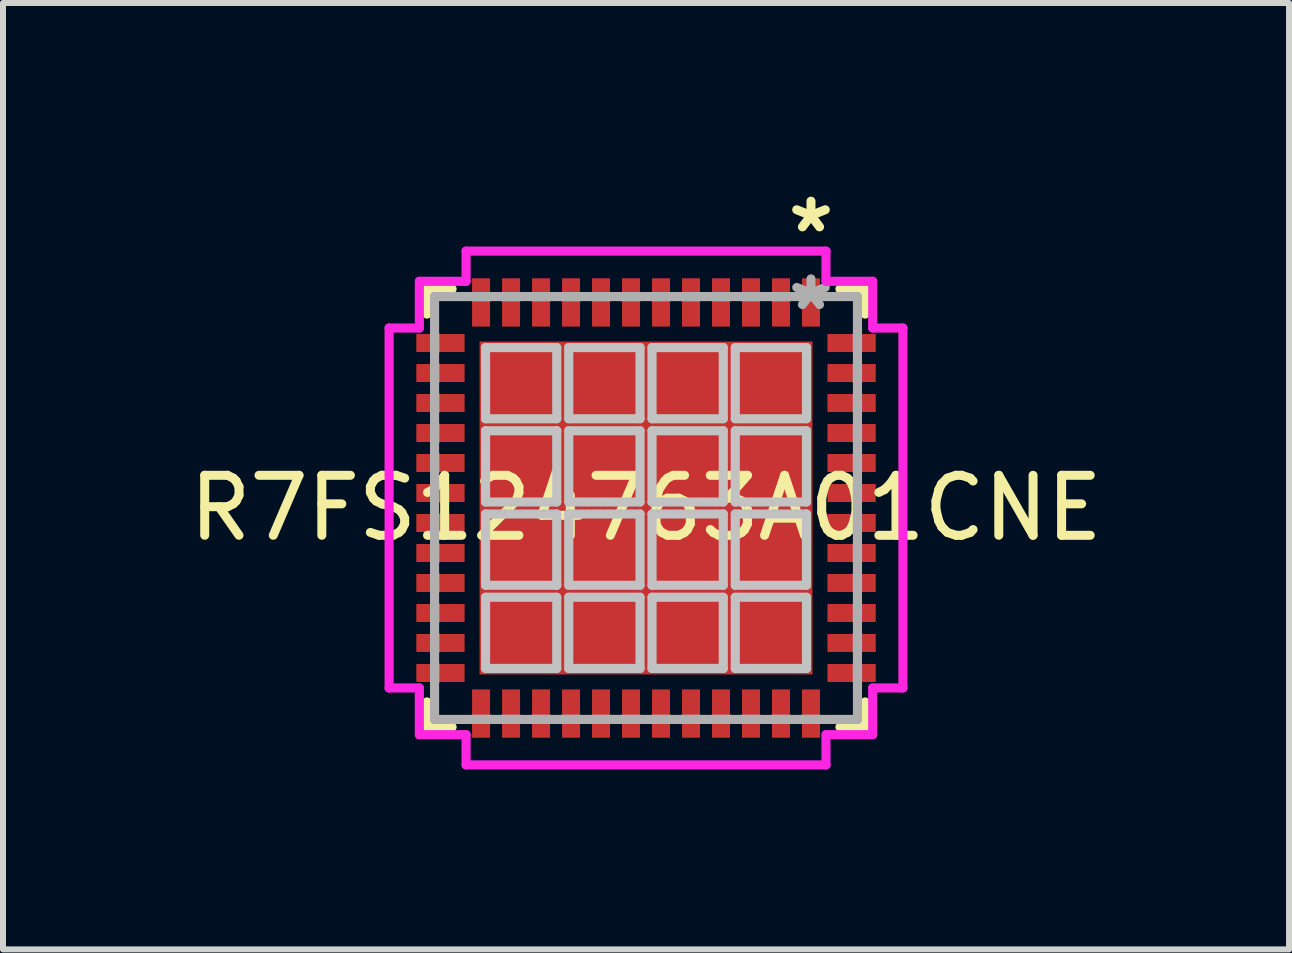
<source format=kicad_pcb>
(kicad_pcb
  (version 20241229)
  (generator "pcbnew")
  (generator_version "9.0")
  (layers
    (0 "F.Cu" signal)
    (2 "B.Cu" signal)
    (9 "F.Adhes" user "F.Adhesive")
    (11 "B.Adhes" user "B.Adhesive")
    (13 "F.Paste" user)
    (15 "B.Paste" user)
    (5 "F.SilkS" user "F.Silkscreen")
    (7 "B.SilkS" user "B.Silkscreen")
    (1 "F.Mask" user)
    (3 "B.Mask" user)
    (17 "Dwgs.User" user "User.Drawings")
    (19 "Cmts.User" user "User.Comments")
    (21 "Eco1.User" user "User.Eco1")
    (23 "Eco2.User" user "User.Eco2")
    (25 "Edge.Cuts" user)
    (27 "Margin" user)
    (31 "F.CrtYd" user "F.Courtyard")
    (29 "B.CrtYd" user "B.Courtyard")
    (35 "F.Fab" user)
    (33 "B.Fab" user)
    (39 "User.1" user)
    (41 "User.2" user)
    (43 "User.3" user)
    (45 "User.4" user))
  (footprint "R7FS124763A01CNE"
    (layer "F.Cu")
    (at 7.72 5.419)
    (property "Reference" "R7FS124763A01CNE" (at 0 0 0) (layer "F.SilkS") (effects (font (size 1 1) (thickness 0.15))))
    (attr through_hole)
    (fp_line (start -3.652 -3.652) (end -3.652 -3.233) (stroke (width 0.152) (type solid)) (layer "F.SilkS"))
    (fp_line (start -3.652 3.233) (end -3.652 3.652) (stroke (width 0.152) (type solid)) (layer "F.SilkS"))
    (fp_line (start -3.652 3.652) (end -3.233 3.652) (stroke (width 0.152) (type solid)) (layer "F.SilkS"))
    (fp_line (start -3.233 -3.652) (end -3.652 -3.652) (stroke (width 0.152) (type solid)) (layer "F.SilkS"))
    (fp_line (start 3.233 3.652) (end 3.652 3.652) (stroke (width 0.152) (type solid)) (layer "F.SilkS"))
    (fp_line (start 3.652 -3.652) (end 3.233 -3.652) (stroke (width 0.152) (type solid)) (layer "F.SilkS"))
    (fp_line (start 3.652 -3.233) (end 3.652 -3.652) (stroke (width 0.152) (type solid)) (layer "F.SilkS"))
    (fp_line (start 3.652 3.652) (end 3.652 3.233) (stroke (width 0.152) (type solid)) (layer "F.SilkS"))
    (fp_line (start -2.675 -2.675) (end -2.675 -1.488) (stroke (width 0.152) (type solid)) (layer "Dwgs.User"))
    (fp_line (start -2.675 -1.488) (end -1.488 -1.488) (stroke (width 0.152) (type solid)) (layer "Dwgs.User"))
    (fp_line (start -2.675 -1.288) (end -2.675 -0.1) (stroke (width 0.152) (type solid)) (layer "Dwgs.User"))
    (fp_line (start -2.675 -0.1) (end -1.488 -0.1) (stroke (width 0.152) (type solid)) (layer "Dwgs.User"))
    (fp_line (start -2.675 0.1) (end -2.675 1.288) (stroke (width 0.152) (type solid)) (layer "Dwgs.User"))
    (fp_line (start -2.675 1.288) (end -1.488 1.288) (stroke (width 0.152) (type solid)) (layer "Dwgs.User"))
    (fp_line (start -2.675 1.488) (end -2.675 2.675) (stroke (width 0.152) (type solid)) (layer "Dwgs.User"))
    (fp_line (start -2.675 2.675) (end -1.488 2.675) (stroke (width 0.152) (type solid)) (layer "Dwgs.User"))
    (fp_line (start -1.488 -2.675) (end -2.675 -2.675) (stroke (width 0.152) (type solid)) (layer "Dwgs.User"))
    (fp_line (start -1.488 -1.488) (end -1.488 -2.675) (stroke (width 0.152) (type solid)) (layer "Dwgs.User"))
    (fp_line (start -1.488 -1.288) (end -2.675 -1.288) (stroke (width 0.152) (type solid)) (layer "Dwgs.User"))
    (fp_line (start -1.488 -0.1) (end -1.488 -1.288) (stroke (width 0.152) (type solid)) (layer "Dwgs.User"))
    (fp_line (start -1.488 0.1) (end -2.675 0.1) (stroke (width 0.152) (type solid)) (layer "Dwgs.User"))
    (fp_line (start -1.488 1.288) (end -1.488 0.1) (stroke (width 0.152) (type solid)) (layer "Dwgs.User"))
    (fp_line (start -1.488 1.488) (end -2.675 1.488) (stroke (width 0.152) (type solid)) (layer "Dwgs.User"))
    (fp_line (start -1.488 2.675) (end -1.488 1.488) (stroke (width 0.152) (type solid)) (layer "Dwgs.User"))
    (fp_line (start -1.288 -2.675) (end -1.288 -1.488) (stroke (width 0.152) (type solid)) (layer "Dwgs.User"))
    (fp_line (start -1.288 -1.488) (end -0.1 -1.488) (stroke (width 0.152) (type solid)) (layer "Dwgs.User"))
    (fp_line (start -1.288 -1.288) (end -1.288 -0.1) (stroke (width 0.152) (type solid)) (layer "Dwgs.User"))
    (fp_line (start -1.288 -0.1) (end -0.1 -0.1) (stroke (width 0.152) (type solid)) (layer "Dwgs.User"))
    (fp_line (start -1.288 0.1) (end -1.288 1.288) (stroke (width 0.152) (type solid)) (layer "Dwgs.User"))
    (fp_line (start -1.288 1.288) (end -0.1 1.288) (stroke (width 0.152) (type solid)) (layer "Dwgs.User"))
    (fp_line (start -1.288 1.488) (end -1.288 2.675) (stroke (width 0.152) (type solid)) (layer "Dwgs.User"))
    (fp_line (start -1.288 2.675) (end -0.1 2.675) (stroke (width 0.152) (type solid)) (layer "Dwgs.User"))
    (fp_line (start -0.1 -2.675) (end -1.288 -2.675) (stroke (width 0.152) (type solid)) (layer "Dwgs.User"))
    (fp_line (start -0.1 -1.488) (end -0.1 -2.675) (stroke (width 0.152) (type solid)) (layer "Dwgs.User"))
    (fp_line (start -0.1 -1.288) (end -1.288 -1.288) (stroke (width 0.152) (type solid)) (layer "Dwgs.User"))
    (fp_line (start -0.1 -0.1) (end -0.1 -1.288) (stroke (width 0.152) (type solid)) (layer "Dwgs.User"))
    (fp_line (start -0.1 0.1) (end -1.288 0.1) (stroke (width 0.152) (type solid)) (layer "Dwgs.User"))
    (fp_line (start -0.1 1.288) (end -0.1 0.1) (stroke (width 0.152) (type solid)) (layer "Dwgs.User"))
    (fp_line (start -0.1 1.488) (end -1.288 1.488) (stroke (width 0.152) (type solid)) (layer "Dwgs.User"))
    (fp_line (start -0.1 2.675) (end -0.1 1.488) (stroke (width 0.152) (type solid)) (layer "Dwgs.User"))
    (fp_line (start 0.1 -2.675) (end 0.1 -1.488) (stroke (width 0.152) (type solid)) (layer "Dwgs.User"))
    (fp_line (start 0.1 -1.488) (end 1.288 -1.488) (stroke (width 0.152) (type solid)) (layer "Dwgs.User"))
    (fp_line (start 0.1 -1.288) (end 0.1 -0.1) (stroke (width 0.152) (type solid)) (layer "Dwgs.User"))
    (fp_line (start 0.1 -0.1) (end 1.288 -0.1) (stroke (width 0.152) (type solid)) (layer "Dwgs.User"))
    (fp_line (start 0.1 0.1) (end 0.1 1.288) (stroke (width 0.152) (type solid)) (layer "Dwgs.User"))
    (fp_line (start 0.1 1.288) (end 1.288 1.288) (stroke (width 0.152) (type solid)) (layer "Dwgs.User"))
    (fp_line (start 0.1 1.488) (end 0.1 2.675) (stroke (width 0.152) (type solid)) (layer "Dwgs.User"))
    (fp_line (start 0.1 2.675) (end 1.288 2.675) (stroke (width 0.152) (type solid)) (layer "Dwgs.User"))
    (fp_line (start 1.288 -2.675) (end 0.1 -2.675) (stroke (width 0.152) (type solid)) (layer "Dwgs.User"))
    (fp_line (start 1.288 -1.488) (end 1.288 -2.675) (stroke (width 0.152) (type solid)) (layer "Dwgs.User"))
    (fp_line (start 1.288 -1.288) (end 0.1 -1.288) (stroke (width 0.152) (type solid)) (layer "Dwgs.User"))
    (fp_line (start 1.288 -0.1) (end 1.288 -1.288) (stroke (width 0.152) (type solid)) (layer "Dwgs.User"))
    (fp_line (start 1.288 0.1) (end 0.1 0.1) (stroke (width 0.152) (type solid)) (layer "Dwgs.User"))
    (fp_line (start 1.288 1.288) (end 1.288 0.1) (stroke (width 0.152) (type solid)) (layer "Dwgs.User"))
    (fp_line (start 1.288 1.488) (end 0.1 1.488) (stroke (width 0.152) (type solid)) (layer "Dwgs.User"))
    (fp_line (start 1.288 2.675) (end 1.288 1.488) (stroke (width 0.152) (type solid)) (layer "Dwgs.User"))
    (fp_line (start 1.488 -2.675) (end 1.488 -1.488) (stroke (width 0.152) (type solid)) (layer "Dwgs.User"))
    (fp_line (start 1.488 -1.488) (end 2.675 -1.488) (stroke (width 0.152) (type solid)) (layer "Dwgs.User"))
    (fp_line (start 1.488 -1.288) (end 1.488 -0.1) (stroke (width 0.152) (type solid)) (layer "Dwgs.User"))
    (fp_line (start 1.488 -0.1) (end 2.675 -0.1) (stroke (width 0.152) (type solid)) (layer "Dwgs.User"))
    (fp_line (start 1.488 0.1) (end 1.488 1.288) (stroke (width 0.152) (type solid)) (layer "Dwgs.User"))
    (fp_line (start 1.488 1.288) (end 2.675 1.288) (stroke (width 0.152) (type solid)) (layer "Dwgs.User"))
    (fp_line (start 1.488 1.488) (end 1.488 2.675) (stroke (width 0.152) (type solid)) (layer "Dwgs.User"))
    (fp_line (start 1.488 2.675) (end 2.675 2.675) (stroke (width 0.152) (type solid)) (layer "Dwgs.User"))
    (fp_line (start 2.675 -2.675) (end 1.488 -2.675) (stroke (width 0.152) (type solid)) (layer "Dwgs.User"))
    (fp_line (start 2.675 -1.488) (end 2.675 -2.675) (stroke (width 0.152) (type solid)) (layer "Dwgs.User"))
    (fp_line (start 2.675 -1.288) (end 1.488 -1.288) (stroke (width 0.152) (type solid)) (layer "Dwgs.User"))
    (fp_line (start 2.675 -0.1) (end 2.675 -1.288) (stroke (width 0.152) (type solid)) (layer "Dwgs.User"))
    (fp_line (start 2.675 0.1) (end 1.488 0.1) (stroke (width 0.152) (type solid)) (layer "Dwgs.User"))
    (fp_line (start 2.675 1.288) (end 2.675 0.1) (stroke (width 0.152) (type solid)) (layer "Dwgs.User"))
    (fp_line (start 2.675 1.488) (end 1.488 1.488) (stroke (width 0.152) (type solid)) (layer "Dwgs.User"))
    (fp_line (start 2.675 2.675) (end 2.675 1.488) (stroke (width 0.152) (type solid)) (layer "Dwgs.User"))
    (fp_line (start -4.283 -3) (end -3.779 -3) (stroke (width 0.152) (type solid)) (layer "F.CrtYd"))
    (fp_line (start -4.283 3) (end -4.283 -3) (stroke (width 0.152) (type solid)) (layer "F.CrtYd"))
    (fp_line (start -3.779 -3.779) (end -3 -3.779) (stroke (width 0.152) (type solid)) (layer "F.CrtYd"))
    (fp_line (start -3.779 -3) (end -3.779 -3.779) (stroke (width 0.152) (type solid)) (layer "F.CrtYd"))
    (fp_line (start -3.779 3) (end -4.283 3) (stroke (width 0.152) (type solid)) (layer "F.CrtYd"))
    (fp_line (start -3.779 3.779) (end -3.779 3) (stroke (width 0.152) (type solid)) (layer "F.CrtYd"))
    (fp_line (start -3 -4.283) (end 3 -4.283) (stroke (width 0.152) (type solid)) (layer "F.CrtYd"))
    (fp_line (start -3 -3.779) (end -3 -4.283) (stroke (width 0.152) (type solid)) (layer "F.CrtYd"))
    (fp_line (start -3 3.779) (end -3.779 3.779) (stroke (width 0.152) (type solid)) (layer "F.CrtYd"))
    (fp_line (start -3 4.283) (end -3 3.779) (stroke (width 0.152) (type solid)) (layer "F.CrtYd"))
    (fp_line (start 3 -4.283) (end 3 -3.779) (stroke (width 0.152) (type solid)) (layer "F.CrtYd"))
    (fp_line (start 3 -3.779) (end 3.779 -3.779) (stroke (width 0.152) (type solid)) (layer "F.CrtYd"))
    (fp_line (start 3 3.779) (end 3 4.283) (stroke (width 0.152) (type solid)) (layer "F.CrtYd"))
    (fp_line (start 3 4.283) (end -3 4.283) (stroke (width 0.152) (type solid)) (layer "F.CrtYd"))
    (fp_line (start 3.779 -3.779) (end 3.779 -3) (stroke (width 0.152) (type solid)) (layer "F.CrtYd"))
    (fp_line (start 3.779 -3) (end 4.283 -3) (stroke (width 0.152) (type solid)) (layer "F.CrtYd"))
    (fp_line (start 3.779 3) (end 3.779 3.779) (stroke (width 0.152) (type solid)) (layer "F.CrtYd"))
    (fp_line (start 3.779 3.779) (end 3 3.779) (stroke (width 0.152) (type solid)) (layer "F.CrtYd"))
    (fp_line (start 4.283 -3) (end 4.283 3) (stroke (width 0.152) (type solid)) (layer "F.CrtYd"))
    (fp_line (start 4.283 3) (end 3.779 3) (stroke (width 0.152) (type solid)) (layer "F.CrtYd"))
    (fp_line (start -3.525 -3.525) (end -3.525 3.525) (stroke (width 0.152) (type solid)) (layer "F.Fab"))
    (fp_line (start -3.525 -2.9) (end -3.525 -2.9) (stroke (width 0.152) (type solid)) (layer "F.Fab"))
    (fp_line (start -3.525 -2.9) (end -3.525 -2.6) (stroke (width 0.152) (type solid)) (layer "F.Fab"))
    (fp_line (start -3.525 -2.6) (end -3.525 -2.9) (stroke (width 0.152) (type solid)) (layer "F.Fab"))
    (fp_line (start -3.525 -2.6) (end -3.525 -2.6) (stroke (width 0.152) (type solid)) (layer "F.Fab"))
    (fp_line (start -3.525 -2.4) (end -3.525 -2.4) (stroke (width 0.152) (type solid)) (layer "F.Fab"))
    (fp_line (start -3.525 -2.4) (end -3.525 -2.1) (stroke (width 0.152) (type solid)) (layer "F.Fab"))
    (fp_line (start -3.525 -2.1) (end -3.525 -2.4) (stroke (width 0.152) (type solid)) (layer "F.Fab"))
    (fp_line (start -3.525 -2.1) (end -3.525 -2.1) (stroke (width 0.152) (type solid)) (layer "F.Fab"))
    (fp_line (start -3.525 -1.9) (end -3.525 -1.9) (stroke (width 0.152) (type solid)) (layer "F.Fab"))
    (fp_line (start -3.525 -1.9) (end -3.525 -1.6) (stroke (width 0.152) (type solid)) (layer "F.Fab"))
    (fp_line (start -3.525 -1.6) (end -3.525 -1.9) (stroke (width 0.152) (type solid)) (layer "F.Fab"))
    (fp_line (start -3.525 -1.6) (end -3.525 -1.6) (stroke (width 0.152) (type solid)) (layer "F.Fab"))
    (fp_line (start -3.525 -1.4) (end -3.525 -1.4) (stroke (width 0.152) (type solid)) (layer "F.Fab"))
    (fp_line (start -3.525 -1.4) (end -3.525 -1.1) (stroke (width 0.152) (type solid)) (layer "F.Fab"))
    (fp_line (start -3.525 -1.1) (end -3.525 -1.4) (stroke (width 0.152) (type solid)) (layer "F.Fab"))
    (fp_line (start -3.525 -1.1) (end -3.525 -1.1) (stroke (width 0.152) (type solid)) (layer "F.Fab"))
    (fp_line (start -3.525 -0.9) (end -3.525 -0.9) (stroke (width 0.152) (type solid)) (layer "F.Fab"))
    (fp_line (start -3.525 -0.9) (end -3.525 -0.6) (stroke (width 0.152) (type solid)) (layer "F.Fab"))
    (fp_line (start -3.525 -0.6) (end -3.525 -0.9) (stroke (width 0.152) (type solid)) (layer "F.Fab"))
    (fp_line (start -3.525 -0.6) (end -3.525 -0.6) (stroke (width 0.152) (type solid)) (layer "F.Fab"))
    (fp_line (start -3.525 -0.4) (end -3.525 -0.4) (stroke (width 0.152) (type solid)) (layer "F.Fab"))
    (fp_line (start -3.525 -0.4) (end -3.525 -0.1) (stroke (width 0.152) (type solid)) (layer "F.Fab"))
    (fp_line (start -3.525 -0.1) (end -3.525 -0.4) (stroke (width 0.152) (type solid)) (layer "F.Fab"))
    (fp_line (start -3.525 -0.1) (end -3.525 -0.1) (stroke (width 0.152) (type solid)) (layer "F.Fab"))
    (fp_line (start -3.525 0.1) (end -3.525 0.1) (stroke (width 0.152) (type solid)) (layer "F.Fab"))
    (fp_line (start -3.525 0.1) (end -3.525 0.4) (stroke (width 0.152) (type solid)) (layer "F.Fab"))
    (fp_line (start -3.525 0.4) (end -3.525 0.1) (stroke (width 0.152) (type solid)) (layer "F.Fab"))
    (fp_line (start -3.525 0.4) (end -3.525 0.4) (stroke (width 0.152) (type solid)) (layer "F.Fab"))
    (fp_line (start -3.525 0.6) (end -3.525 0.6) (stroke (width 0.152) (type solid)) (layer "F.Fab"))
    (fp_line (start -3.525 0.6) (end -3.525 0.9) (stroke (width 0.152) (type solid)) (layer "F.Fab"))
    (fp_line (start -3.525 0.9) (end -3.525 0.6) (stroke (width 0.152) (type solid)) (layer "F.Fab"))
    (fp_line (start -3.525 0.9) (end -3.525 0.9) (stroke (width 0.152) (type solid)) (layer "F.Fab"))
    (fp_line (start -3.525 1.1) (end -3.525 1.1) (stroke (width 0.152) (type solid)) (layer "F.Fab"))
    (fp_line (start -3.525 1.1) (end -3.525 1.4) (stroke (width 0.152) (type solid)) (layer "F.Fab"))
    (fp_line (start -3.525 1.4) (end -3.525 1.1) (stroke (width 0.152) (type solid)) (layer "F.Fab"))
    (fp_line (start -3.525 1.4) (end -3.525 1.4) (stroke (width 0.152) (type solid)) (layer "F.Fab"))
    (fp_line (start -3.525 1.6) (end -3.525 1.6) (stroke (width 0.152) (type solid)) (layer "F.Fab"))
    (fp_line (start -3.525 1.6) (end -3.525 1.9) (stroke (width 0.152) (type solid)) (layer "F.Fab"))
    (fp_line (start -3.525 1.9) (end -3.525 1.6) (stroke (width 0.152) (type solid)) (layer "F.Fab"))
    (fp_line (start -3.525 1.9) (end -3.525 1.9) (stroke (width 0.152) (type solid)) (layer "F.Fab"))
    (fp_line (start -3.525 2.1) (end -3.525 2.1) (stroke (width 0.152) (type solid)) (layer "F.Fab"))
    (fp_line (start -3.525 2.1) (end -3.525 2.4) (stroke (width 0.152) (type solid)) (layer "F.Fab"))
    (fp_line (start -3.525 2.4) (end -3.525 2.1) (stroke (width 0.152) (type solid)) (layer "F.Fab"))
    (fp_line (start -3.525 2.4) (end -3.525 2.4) (stroke (width 0.152) (type solid)) (layer "F.Fab"))
    (fp_line (start -3.525 2.6) (end -3.525 2.6) (stroke (width 0.152) (type solid)) (layer "F.Fab"))
    (fp_line (start -3.525 2.6) (end -3.525 2.9) (stroke (width 0.152) (type solid)) (layer "F.Fab"))
    (fp_line (start -3.525 2.9) (end -3.525 2.6) (stroke (width 0.152) (type solid)) (layer "F.Fab"))
    (fp_line (start -3.525 2.9) (end -3.525 2.9) (stroke (width 0.152) (type solid)) (layer "F.Fab"))
    (fp_line (start -3.525 3.525) (end 3.525 3.525) (stroke (width 0.152) (type solid)) (layer "F.Fab"))
    (fp_line (start -2.9 -3.525) (end -2.9 -3.525) (stroke (width 0.152) (type solid)) (layer "F.Fab"))
    (fp_line (start -2.9 -3.525) (end -2.6 -3.525) (stroke (width 0.152) (type solid)) (layer "F.Fab"))
    (fp_line (start -2.9 3.525) (end -2.9 3.525) (stroke (width 0.152) (type solid)) (layer "F.Fab"))
    (fp_line (start -2.9 3.525) (end -2.6 3.525) (stroke (width 0.152) (type solid)) (layer "F.Fab"))
    (fp_line (start -2.6 -3.525) (end -2.9 -3.525) (stroke (width 0.152) (type solid)) (layer "F.Fab"))
    (fp_line (start -2.6 -3.525) (end -2.6 -3.525) (stroke (width 0.152) (type solid)) (layer "F.Fab"))
    (fp_line (start -2.6 3.525) (end -2.9 3.525) (stroke (width 0.152) (type solid)) (layer "F.Fab"))
    (fp_line (start -2.6 3.525) (end -2.6 3.525) (stroke (width 0.152) (type solid)) (layer "F.Fab"))
    (fp_line (start -2.4 -3.525) (end -2.4 -3.525) (stroke (width 0.152) (type solid)) (layer "F.Fab"))
    (fp_line (start -2.4 -3.525) (end -2.1 -3.525) (stroke (width 0.152) (type solid)) (layer "F.Fab"))
    (fp_line (start -2.4 3.525) (end -2.4 3.525) (stroke (width 0.152) (type solid)) (layer "F.Fab"))
    (fp_line (start -2.4 3.525) (end -2.1 3.525) (stroke (width 0.152) (type solid)) (layer "F.Fab"))
    (fp_line (start -2.1 -3.525) (end -2.4 -3.525) (stroke (width 0.152) (type solid)) (layer "F.Fab"))
    (fp_line (start -2.1 -3.525) (end -2.1 -3.525) (stroke (width 0.152) (type solid)) (layer "F.Fab"))
    (fp_line (start -2.1 3.525) (end -2.4 3.525) (stroke (width 0.152) (type solid)) (layer "F.Fab"))
    (fp_line (start -2.1 3.525) (end -2.1 3.525) (stroke (width 0.152) (type solid)) (layer "F.Fab"))
    (fp_line (start -1.9 -3.525) (end -1.9 -3.525) (stroke (width 0.152) (type solid)) (layer "F.Fab"))
    (fp_line (start -1.9 -3.525) (end -1.6 -3.525) (stroke (width 0.152) (type solid)) (layer "F.Fab"))
    (fp_line (start -1.9 3.525) (end -1.9 3.525) (stroke (width 0.152) (type solid)) (layer "F.Fab"))
    (fp_line (start -1.9 3.525) (end -1.6 3.525) (stroke (width 0.152) (type solid)) (layer "F.Fab"))
    (fp_line (start -1.6 -3.525) (end -1.9 -3.525) (stroke (width 0.152) (type solid)) (layer "F.Fab"))
    (fp_line (start -1.6 -3.525) (end -1.6 -3.525) (stroke (width 0.152) (type solid)) (layer "F.Fab"))
    (fp_line (start -1.6 3.525) (end -1.9 3.525) (stroke (width 0.152) (type solid)) (layer "F.Fab"))
    (fp_line (start -1.6 3.525) (end -1.6 3.525) (stroke (width 0.152) (type solid)) (layer "F.Fab"))
    (fp_line (start -1.4 -3.525) (end -1.4 -3.525) (stroke (width 0.152) (type solid)) (layer "F.Fab"))
    (fp_line (start -1.4 -3.525) (end -1.1 -3.525) (stroke (width 0.152) (type solid)) (layer "F.Fab"))
    (fp_line (start -1.4 3.525) (end -1.4 3.525) (stroke (width 0.152) (type solid)) (layer "F.Fab"))
    (fp_line (start -1.4 3.525) (end -1.1 3.525) (stroke (width 0.152) (type solid)) (layer "F.Fab"))
    (fp_line (start -1.1 -3.525) (end -1.4 -3.525) (stroke (width 0.152) (type solid)) (layer "F.Fab"))
    (fp_line (start -1.1 -3.525) (end -1.1 -3.525) (stroke (width 0.152) (type solid)) (layer "F.Fab"))
    (fp_line (start -1.1 3.525) (end -1.4 3.525) (stroke (width 0.152) (type solid)) (layer "F.Fab"))
    (fp_line (start -1.1 3.525) (end -1.1 3.525) (stroke (width 0.152) (type solid)) (layer "F.Fab"))
    (fp_line (start -0.9 -3.525) (end -0.9 -3.525) (stroke (width 0.152) (type solid)) (layer "F.Fab"))
    (fp_line (start -0.9 -3.525) (end -0.6 -3.525) (stroke (width 0.152) (type solid)) (layer "F.Fab"))
    (fp_line (start -0.9 3.525) (end -0.9 3.525) (stroke (width 0.152) (type solid)) (layer "F.Fab"))
    (fp_line (start -0.9 3.525) (end -0.6 3.525) (stroke (width 0.152) (type solid)) (layer "F.Fab"))
    (fp_line (start -0.6 -3.525) (end -0.9 -3.525) (stroke (width 0.152) (type solid)) (layer "F.Fab"))
    (fp_line (start -0.6 -3.525) (end -0.6 -3.525) (stroke (width 0.152) (type solid)) (layer "F.Fab"))
    (fp_line (start -0.6 3.525) (end -0.9 3.525) (stroke (width 0.152) (type solid)) (layer "F.Fab"))
    (fp_line (start -0.6 3.525) (end -0.6 3.525) (stroke (width 0.152) (type solid)) (layer "F.Fab"))
    (fp_line (start -0.4 -3.525) (end -0.4 -3.525) (stroke (width 0.152) (type solid)) (layer "F.Fab"))
    (fp_line (start -0.4 -3.525) (end -0.1 -3.525) (stroke (width 0.152) (type solid)) (layer "F.Fab"))
    (fp_line (start -0.4 3.525) (end -0.4 3.525) (stroke (width 0.152) (type solid)) (layer "F.Fab"))
    (fp_line (start -0.4 3.525) (end -0.1 3.525) (stroke (width 0.152) (type solid)) (layer "F.Fab"))
    (fp_line (start -0.1 -3.525) (end -0.4 -3.525) (stroke (width 0.152) (type solid)) (layer "F.Fab"))
    (fp_line (start -0.1 -3.525) (end -0.1 -3.525) (stroke (width 0.152) (type solid)) (layer "F.Fab"))
    (fp_line (start -0.1 3.525) (end -0.4 3.525) (stroke (width 0.152) (type solid)) (layer "F.Fab"))
    (fp_line (start -0.1 3.525) (end -0.1 3.525) (stroke (width 0.152) (type solid)) (layer "F.Fab"))
    (fp_line (start 0.1 -3.525) (end 0.1 -3.525) (stroke (width 0.152) (type solid)) (layer "F.Fab"))
    (fp_line (start 0.1 -3.525) (end 0.4 -3.525) (stroke (width 0.152) (type solid)) (layer "F.Fab"))
    (fp_line (start 0.1 3.525) (end 0.1 3.525) (stroke (width 0.152) (type solid)) (layer "F.Fab"))
    (fp_line (start 0.1 3.525) (end 0.4 3.525) (stroke (width 0.152) (type solid)) (layer "F.Fab"))
    (fp_line (start 0.4 -3.525) (end 0.1 -3.525) (stroke (width 0.152) (type solid)) (layer "F.Fab"))
    (fp_line (start 0.4 -3.525) (end 0.4 -3.525) (stroke (width 0.152) (type solid)) (layer "F.Fab"))
    (fp_line (start 0.4 3.525) (end 0.1 3.525) (stroke (width 0.152) (type solid)) (layer "F.Fab"))
    (fp_line (start 0.4 3.525) (end 0.4 3.525) (stroke (width 0.152) (type solid)) (layer "F.Fab"))
    (fp_line (start 0.6 -3.525) (end 0.6 -3.525) (stroke (width 0.152) (type solid)) (layer "F.Fab"))
    (fp_line (start 0.6 -3.525) (end 0.9 -3.525) (stroke (width 0.152) (type solid)) (layer "F.Fab"))
    (fp_line (start 0.6 3.525) (end 0.6 3.525) (stroke (width 0.152) (type solid)) (layer "F.Fab"))
    (fp_line (start 0.6 3.525) (end 0.9 3.525) (stroke (width 0.152) (type solid)) (layer "F.Fab"))
    (fp_line (start 0.9 -3.525) (end 0.6 -3.525) (stroke (width 0.152) (type solid)) (layer "F.Fab"))
    (fp_line (start 0.9 -3.525) (end 0.9 -3.525) (stroke (width 0.152) (type solid)) (layer "F.Fab"))
    (fp_line (start 0.9 3.525) (end 0.6 3.525) (stroke (width 0.152) (type solid)) (layer "F.Fab"))
    (fp_line (start 0.9 3.525) (end 0.9 3.525) (stroke (width 0.152) (type solid)) (layer "F.Fab"))
    (fp_line (start 1.1 -3.525) (end 1.1 -3.525) (stroke (width 0.152) (type solid)) (layer "F.Fab"))
    (fp_line (start 1.1 -3.525) (end 1.4 -3.525) (stroke (width 0.152) (type solid)) (layer "F.Fab"))
    (fp_line (start 1.1 3.525) (end 1.1 3.525) (stroke (width 0.152) (type solid)) (layer "F.Fab"))
    (fp_line (start 1.1 3.525) (end 1.4 3.525) (stroke (width 0.152) (type solid)) (layer "F.Fab"))
    (fp_line (start 1.4 -3.525) (end 1.1 -3.525) (stroke (width 0.152) (type solid)) (layer "F.Fab"))
    (fp_line (start 1.4 -3.525) (end 1.4 -3.525) (stroke (width 0.152) (type solid)) (layer "F.Fab"))
    (fp_line (start 1.4 3.525) (end 1.1 3.525) (stroke (width 0.152) (type solid)) (layer "F.Fab"))
    (fp_line (start 1.4 3.525) (end 1.4 3.525) (stroke (width 0.152) (type solid)) (layer "F.Fab"))
    (fp_line (start 1.6 -3.525) (end 1.6 -3.525) (stroke (width 0.152) (type solid)) (layer "F.Fab"))
    (fp_line (start 1.6 -3.525) (end 1.9 -3.525) (stroke (width 0.152) (type solid)) (layer "F.Fab"))
    (fp_line (start 1.6 3.525) (end 1.6 3.525) (stroke (width 0.152) (type solid)) (layer "F.Fab"))
    (fp_line (start 1.6 3.525) (end 1.9 3.525) (stroke (width 0.152) (type solid)) (layer "F.Fab"))
    (fp_line (start 1.9 -3.525) (end 1.6 -3.525) (stroke (width 0.152) (type solid)) (layer "F.Fab"))
    (fp_line (start 1.9 -3.525) (end 1.9 -3.525) (stroke (width 0.152) (type solid)) (layer "F.Fab"))
    (fp_line (start 1.9 3.525) (end 1.6 3.525) (stroke (width 0.152) (type solid)) (layer "F.Fab"))
    (fp_line (start 1.9 3.525) (end 1.9 3.525) (stroke (width 0.152) (type solid)) (layer "F.Fab"))
    (fp_line (start 2.1 -3.525) (end 2.1 -3.525) (stroke (width 0.152) (type solid)) (layer "F.Fab"))
    (fp_line (start 2.1 -3.525) (end 2.4 -3.525) (stroke (width 0.152) (type solid)) (layer "F.Fab"))
    (fp_line (start 2.1 3.525) (end 2.1 3.525) (stroke (width 0.152) (type solid)) (layer "F.Fab"))
    (fp_line (start 2.1 3.525) (end 2.4 3.525) (stroke (width 0.152) (type solid)) (layer "F.Fab"))
    (fp_line (start 2.4 -3.525) (end 2.1 -3.525) (stroke (width 0.152) (type solid)) (layer "F.Fab"))
    (fp_line (start 2.4 -3.525) (end 2.4 -3.525) (stroke (width 0.152) (type solid)) (layer "F.Fab"))
    (fp_line (start 2.4 3.525) (end 2.1 3.525) (stroke (width 0.152) (type solid)) (layer "F.Fab"))
    (fp_line (start 2.4 3.525) (end 2.4 3.525) (stroke (width 0.152) (type solid)) (layer "F.Fab"))
    (fp_line (start 2.6 -3.525) (end 2.6 -3.525) (stroke (width 0.152) (type solid)) (layer "F.Fab"))
    (fp_line (start 2.6 -3.525) (end 2.9 -3.525) (stroke (width 0.152) (type solid)) (layer "F.Fab"))
    (fp_line (start 2.6 3.525) (end 2.6 3.525) (stroke (width 0.152) (type solid)) (layer "F.Fab"))
    (fp_line (start 2.6 3.525) (end 2.9 3.525) (stroke (width 0.152) (type solid)) (layer "F.Fab"))
    (fp_line (start 2.9 -3.525) (end 2.6 -3.525) (stroke (width 0.152) (type solid)) (layer "F.Fab"))
    (fp_line (start 2.9 -3.525) (end 2.9 -3.525) (stroke (width 0.152) (type solid)) (layer "F.Fab"))
    (fp_line (start 2.9 3.525) (end 2.6 3.525) (stroke (width 0.152) (type solid)) (layer "F.Fab"))
    (fp_line (start 2.9 3.525) (end 2.9 3.525) (stroke (width 0.152) (type solid)) (layer "F.Fab"))
    (fp_line (start 3.525 -3.525) (end -3.525 -3.525) (stroke (width 0.152) (type solid)) (layer "F.Fab"))
    (fp_line (start 3.525 -2.9) (end 3.525 -2.9) (stroke (width 0.152) (type solid)) (layer "F.Fab"))
    (fp_line (start 3.525 -2.9) (end 3.525 -2.6) (stroke (width 0.152) (type solid)) (layer "F.Fab"))
    (fp_line (start 3.525 -2.6) (end 3.525 -2.9) (stroke (width 0.152) (type solid)) (layer "F.Fab"))
    (fp_line (start 3.525 -2.6) (end 3.525 -2.6) (stroke (width 0.152) (type solid)) (layer "F.Fab"))
    (fp_line (start 3.525 -2.4) (end 3.525 -2.4) (stroke (width 0.152) (type solid)) (layer "F.Fab"))
    (fp_line (start 3.525 -2.4) (end 3.525 -2.1) (stroke (width 0.152) (type solid)) (layer "F.Fab"))
    (fp_line (start 3.525 -2.1) (end 3.525 -2.4) (stroke (width 0.152) (type solid)) (layer "F.Fab"))
    (fp_line (start 3.525 -2.1) (end 3.525 -2.1) (stroke (width 0.152) (type solid)) (layer "F.Fab"))
    (fp_line (start 3.525 -1.9) (end 3.525 -1.9) (stroke (width 0.152) (type solid)) (layer "F.Fab"))
    (fp_line (start 3.525 -1.9) (end 3.525 -1.6) (stroke (width 0.152) (type solid)) (layer "F.Fab"))
    (fp_line (start 3.525 -1.6) (end 3.525 -1.9) (stroke (width 0.152) (type solid)) (layer "F.Fab"))
    (fp_line (start 3.525 -1.6) (end 3.525 -1.6) (stroke (width 0.152) (type solid)) (layer "F.Fab"))
    (fp_line (start 3.525 -1.4) (end 3.525 -1.4) (stroke (width 0.152) (type solid)) (layer "F.Fab"))
    (fp_line (start 3.525 -1.4) (end 3.525 -1.1) (stroke (width 0.152) (type solid)) (layer "F.Fab"))
    (fp_line (start 3.525 -1.1) (end 3.525 -1.4) (stroke (width 0.152) (type solid)) (layer "F.Fab"))
    (fp_line (start 3.525 -1.1) (end 3.525 -1.1) (stroke (width 0.152) (type solid)) (layer "F.Fab"))
    (fp_line (start 3.525 -0.9) (end 3.525 -0.9) (stroke (width 0.152) (type solid)) (layer "F.Fab"))
    (fp_line (start 3.525 -0.9) (end 3.525 -0.6) (stroke (width 0.152) (type solid)) (layer "F.Fab"))
    (fp_line (start 3.525 -0.6) (end 3.525 -0.9) (stroke (width 0.152) (type solid)) (layer "F.Fab"))
    (fp_line (start 3.525 -0.6) (end 3.525 -0.6) (stroke (width 0.152) (type solid)) (layer "F.Fab"))
    (fp_line (start 3.525 -0.4) (end 3.525 -0.4) (stroke (width 0.152) (type solid)) (layer "F.Fab"))
    (fp_line (start 3.525 -0.4) (end 3.525 -0.1) (stroke (width 0.152) (type solid)) (layer "F.Fab"))
    (fp_line (start 3.525 -0.1) (end 3.525 -0.4) (stroke (width 0.152) (type solid)) (layer "F.Fab"))
    (fp_line (start 3.525 -0.1) (end 3.525 -0.1) (stroke (width 0.152) (type solid)) (layer "F.Fab"))
    (fp_line (start 3.525 0.1) (end 3.525 0.1) (stroke (width 0.152) (type solid)) (layer "F.Fab"))
    (fp_line (start 3.525 0.1) (end 3.525 0.4) (stroke (width 0.152) (type solid)) (layer "F.Fab"))
    (fp_line (start 3.525 0.4) (end 3.525 0.1) (stroke (width 0.152) (type solid)) (layer "F.Fab"))
    (fp_line (start 3.525 0.4) (end 3.525 0.4) (stroke (width 0.152) (type solid)) (layer "F.Fab"))
    (fp_line (start 3.525 0.6) (end 3.525 0.6) (stroke (width 0.152) (type solid)) (layer "F.Fab"))
    (fp_line (start 3.525 0.6) (end 3.525 0.9) (stroke (width 0.152) (type solid)) (layer "F.Fab"))
    (fp_line (start 3.525 0.9) (end 3.525 0.6) (stroke (width 0.152) (type solid)) (layer "F.Fab"))
    (fp_line (start 3.525 0.9) (end 3.525 0.9) (stroke (width 0.152) (type solid)) (layer "F.Fab"))
    (fp_line (start 3.525 1.1) (end 3.525 1.1) (stroke (width 0.152) (type solid)) (layer "F.Fab"))
    (fp_line (start 3.525 1.1) (end 3.525 1.4) (stroke (width 0.152) (type solid)) (layer "F.Fab"))
    (fp_line (start 3.525 1.4) (end 3.525 1.1) (stroke (width 0.152) (type solid)) (layer "F.Fab"))
    (fp_line (start 3.525 1.4) (end 3.525 1.4) (stroke (width 0.152) (type solid)) (layer "F.Fab"))
    (fp_line (start 3.525 1.6) (end 3.525 1.6) (stroke (width 0.152) (type solid)) (layer "F.Fab"))
    (fp_line (start 3.525 1.6) (end 3.525 1.9) (stroke (width 0.152) (type solid)) (layer "F.Fab"))
    (fp_line (start 3.525 1.9) (end 3.525 1.6) (stroke (width 0.152) (type solid)) (layer "F.Fab"))
    (fp_line (start 3.525 1.9) (end 3.525 1.9) (stroke (width 0.152) (type solid)) (layer "F.Fab"))
    (fp_line (start 3.525 2.1) (end 3.525 2.1) (stroke (width 0.152) (type solid)) (layer "F.Fab"))
    (fp_line (start 3.525 2.1) (end 3.525 2.4) (stroke (width 0.152) (type solid)) (layer "F.Fab"))
    (fp_line (start 3.525 2.4) (end 3.525 2.1) (stroke (width 0.152) (type solid)) (layer "F.Fab"))
    (fp_line (start 3.525 2.4) (end 3.525 2.4) (stroke (width 0.152) (type solid)) (layer "F.Fab"))
    (fp_line (start 3.525 2.6) (end 3.525 2.6) (stroke (width 0.152) (type solid)) (layer "F.Fab"))
    (fp_line (start 3.525 2.6) (end 3.525 2.9) (stroke (width 0.152) (type solid)) (layer "F.Fab"))
    (fp_line (start 3.525 2.9) (end 3.525 2.6) (stroke (width 0.152) (type solid)) (layer "F.Fab"))
    (fp_line (start 3.525 2.9) (end 3.525 2.9) (stroke (width 0.152) (type solid)) (layer "F.Fab"))
    (fp_line (start 3.525 3.525) (end 3.525 -3.525) (stroke (width 0.152) (type solid)) (layer "F.Fab"))
    (fp_text user "*" (at 2.75 -4.57 0) (layer "F.SilkS") (effects (font (size 1 1) (thickness 0.15))))
    (fp_text user "Copyright 2016 Accelerated Designs. All rights reserved." (at 0 0 0) (layer "Cmts.User") (effects (font (size 0.127 0.127) (thickness 0.002))))
    (fp_text user "*" (at 2.75 -3.275 0) (layer "F.Fab") (effects (font (size 1 1) (thickness 0.15))))
    (pad "1" smd rect (at 2.75 -3.427) (size 0.3 0.805) (layers "F.Cu" "F.Mask" "F.Paste"))
    (pad "2" smd rect (at 2.25 -3.427) (size 0.3 0.805) (layers "F.Cu" "F.Mask" "F.Paste"))
    (pad "3" smd rect (at 1.75 -3.427) (size 0.3 0.805) (layers "F.Cu" "F.Mask" "F.Paste"))
    (pad "4" smd rect (at 1.25 -3.427) (size 0.3 0.805) (layers "F.Cu" "F.Mask" "F.Paste"))
    (pad "5" smd rect (at 0.75 -3.427) (size 0.3 0.805) (layers "F.Cu" "F.Mask" "F.Paste"))
    (pad "6" smd rect (at 0.25 -3.427) (size 0.3 0.805) (layers "F.Cu" "F.Mask" "F.Paste"))
    (pad "7" smd rect (at -0.25 -3.427) (size 0.3 0.805) (layers "F.Cu" "F.Mask" "F.Paste"))
    (pad "8" smd rect (at -0.75 -3.427) (size 0.3 0.805) (layers "F.Cu" "F.Mask" "F.Paste"))
    (pad "9" smd rect (at -1.25 -3.427) (size 0.3 0.805) (layers "F.Cu" "F.Mask" "F.Paste"))
    (pad "10" smd rect (at -1.75 -3.427) (size 0.3 0.805) (layers "F.Cu" "F.Mask" "F.Paste"))
    (pad "11" smd rect (at -2.25 -3.427) (size 0.3 0.805) (layers "F.Cu" "F.Mask" "F.Paste"))
    (pad "12" smd rect (at -2.75 -3.427) (size 0.3 0.805) (layers "F.Cu" "F.Mask" "F.Paste"))
    (pad "13" smd rect (at -3.427 -2.75 90) (size 0.3 0.805) (layers "F.Cu" "F.Mask" "F.Paste"))
    (pad "14" smd rect (at -3.427 -2.25 90) (size 0.3 0.805) (layers "F.Cu" "F.Mask" "F.Paste"))
    (pad "15" smd rect (at -3.427 -1.75 90) (size 0.3 0.805) (layers "F.Cu" "F.Mask" "F.Paste"))
    (pad "16" smd rect (at -3.427 -1.25 90) (size 0.3 0.805) (layers "F.Cu" "F.Mask" "F.Paste"))
    (pad "17" smd rect (at -3.427 -0.75 90) (size 0.3 0.805) (layers "F.Cu" "F.Mask" "F.Paste"))
    (pad "18" smd rect (at -3.427 -0.25 90) (size 0.3 0.805) (layers "F.Cu" "F.Mask" "F.Paste"))
    (pad "19" smd rect (at -3.427 0.25 90) (size 0.3 0.805) (layers "F.Cu" "F.Mask" "F.Paste"))
    (pad "20" smd rect (at -3.427 0.75 90) (size 0.3 0.805) (layers "F.Cu" "F.Mask" "F.Paste"))
    (pad "21" smd rect (at -3.427 1.25 90) (size 0.3 0.805) (layers "F.Cu" "F.Mask" "F.Paste"))
    (pad "22" smd rect (at -3.427 1.75 90) (size 0.3 0.805) (layers "F.Cu" "F.Mask" "F.Paste"))
    (pad "23" smd rect (at -3.427 2.25 90) (size 0.3 0.805) (layers "F.Cu" "F.Mask" "F.Paste"))
    (pad "24" smd rect (at -3.427 2.75 90) (size 0.3 0.805) (layers "F.Cu" "F.Mask" "F.Paste"))
    (pad "25" smd rect (at -2.75 3.427) (size 0.3 0.805) (layers "F.Cu" "F.Mask" "F.Paste"))
    (pad "26" smd rect (at -2.25 3.427) (size 0.3 0.805) (layers "F.Cu" "F.Mask" "F.Paste"))
    (pad "27" smd rect (at -1.75 3.427) (size 0.3 0.805) (layers "F.Cu" "F.Mask" "F.Paste"))
    (pad "28" smd rect (at -1.25 3.427) (size 0.3 0.805) (layers "F.Cu" "F.Mask" "F.Paste"))
    (pad "29" smd rect (at -0.75 3.427) (size 0.3 0.805) (layers "F.Cu" "F.Mask" "F.Paste"))
    (pad "30" smd rect (at -0.25 3.427) (size 0.3 0.805) (layers "F.Cu" "F.Mask" "F.Paste"))
    (pad "31" smd rect (at 0.25 3.427) (size 0.3 0.805) (layers "F.Cu" "F.Mask" "F.Paste"))
    (pad "32" smd rect (at 0.75 3.427) (size 0.3 0.805) (layers "F.Cu" "F.Mask" "F.Paste"))
    (pad "33" smd rect (at 1.25 3.427) (size 0.3 0.805) (layers "F.Cu" "F.Mask" "F.Paste"))
    (pad "34" smd rect (at 1.75 3.427) (size 0.3 0.805) (layers "F.Cu" "F.Mask" "F.Paste"))
    (pad "35" smd rect (at 2.25 3.427) (size 0.3 0.805) (layers "F.Cu" "F.Mask" "F.Paste"))
    (pad "36" smd rect (at 2.75 3.427) (size 0.3 0.805) (layers "F.Cu" "F.Mask" "F.Paste"))
    (pad "37" smd rect (at 3.427 2.75 90) (size 0.3 0.805) (layers "F.Cu" "F.Mask" "F.Paste"))
    (pad "38" smd rect (at 3.427 2.25 90) (size 0.3 0.805) (layers "F.Cu" "F.Mask" "F.Paste"))
    (pad "39" smd rect (at 3.427 1.75 90) (size 0.3 0.805) (layers "F.Cu" "F.Mask" "F.Paste"))
    (pad "40" smd rect (at 3.427 1.25 90) (size 0.3 0.805) (layers "F.Cu" "F.Mask" "F.Paste"))
    (pad "41" smd rect (at 3.427 0.75 90) (size 0.3 0.805) (layers "F.Cu" "F.Mask" "F.Paste"))
    (pad "42" smd rect (at 3.427 0.25 90) (size 0.3 0.805) (layers "F.Cu" "F.Mask" "F.Paste"))
    (pad "43" smd rect (at 3.427 -0.25 90) (size 0.3 0.805) (layers "F.Cu" "F.Mask" "F.Paste"))
    (pad "44" smd rect (at 3.427 -0.75 90) (size 0.3 0.805) (layers "F.Cu" "F.Mask" "F.Paste"))
    (pad "45" smd rect (at 3.427 -1.25 90) (size 0.3 0.805) (layers "F.Cu" "F.Mask" "F.Paste"))
    (pad "46" smd rect (at 3.427 -1.75 90) (size 0.3 0.805) (layers "F.Cu" "F.Mask" "F.Paste"))
    (pad "47" smd rect (at 3.427 -2.25 90) (size 0.3 0.805) (layers "F.Cu" "F.Mask" "F.Paste"))
    (pad "48" smd rect (at 3.427 -2.75 90) (size 0.3 0.805) (layers "F.Cu" "F.Mask" "F.Paste"))
    (pad "HTAB" smd rect (at 0 0) (size 5.55 5.55) (layers "F.Cu" "F.Mask" "F.Paste")))
  (gr_rect
    (start -3 -3)
    (end 18.44 12.778)
    (stroke (width 0.1) (type default))
    (fill no)
    (layer "Edge.Cuts")))
</source>
